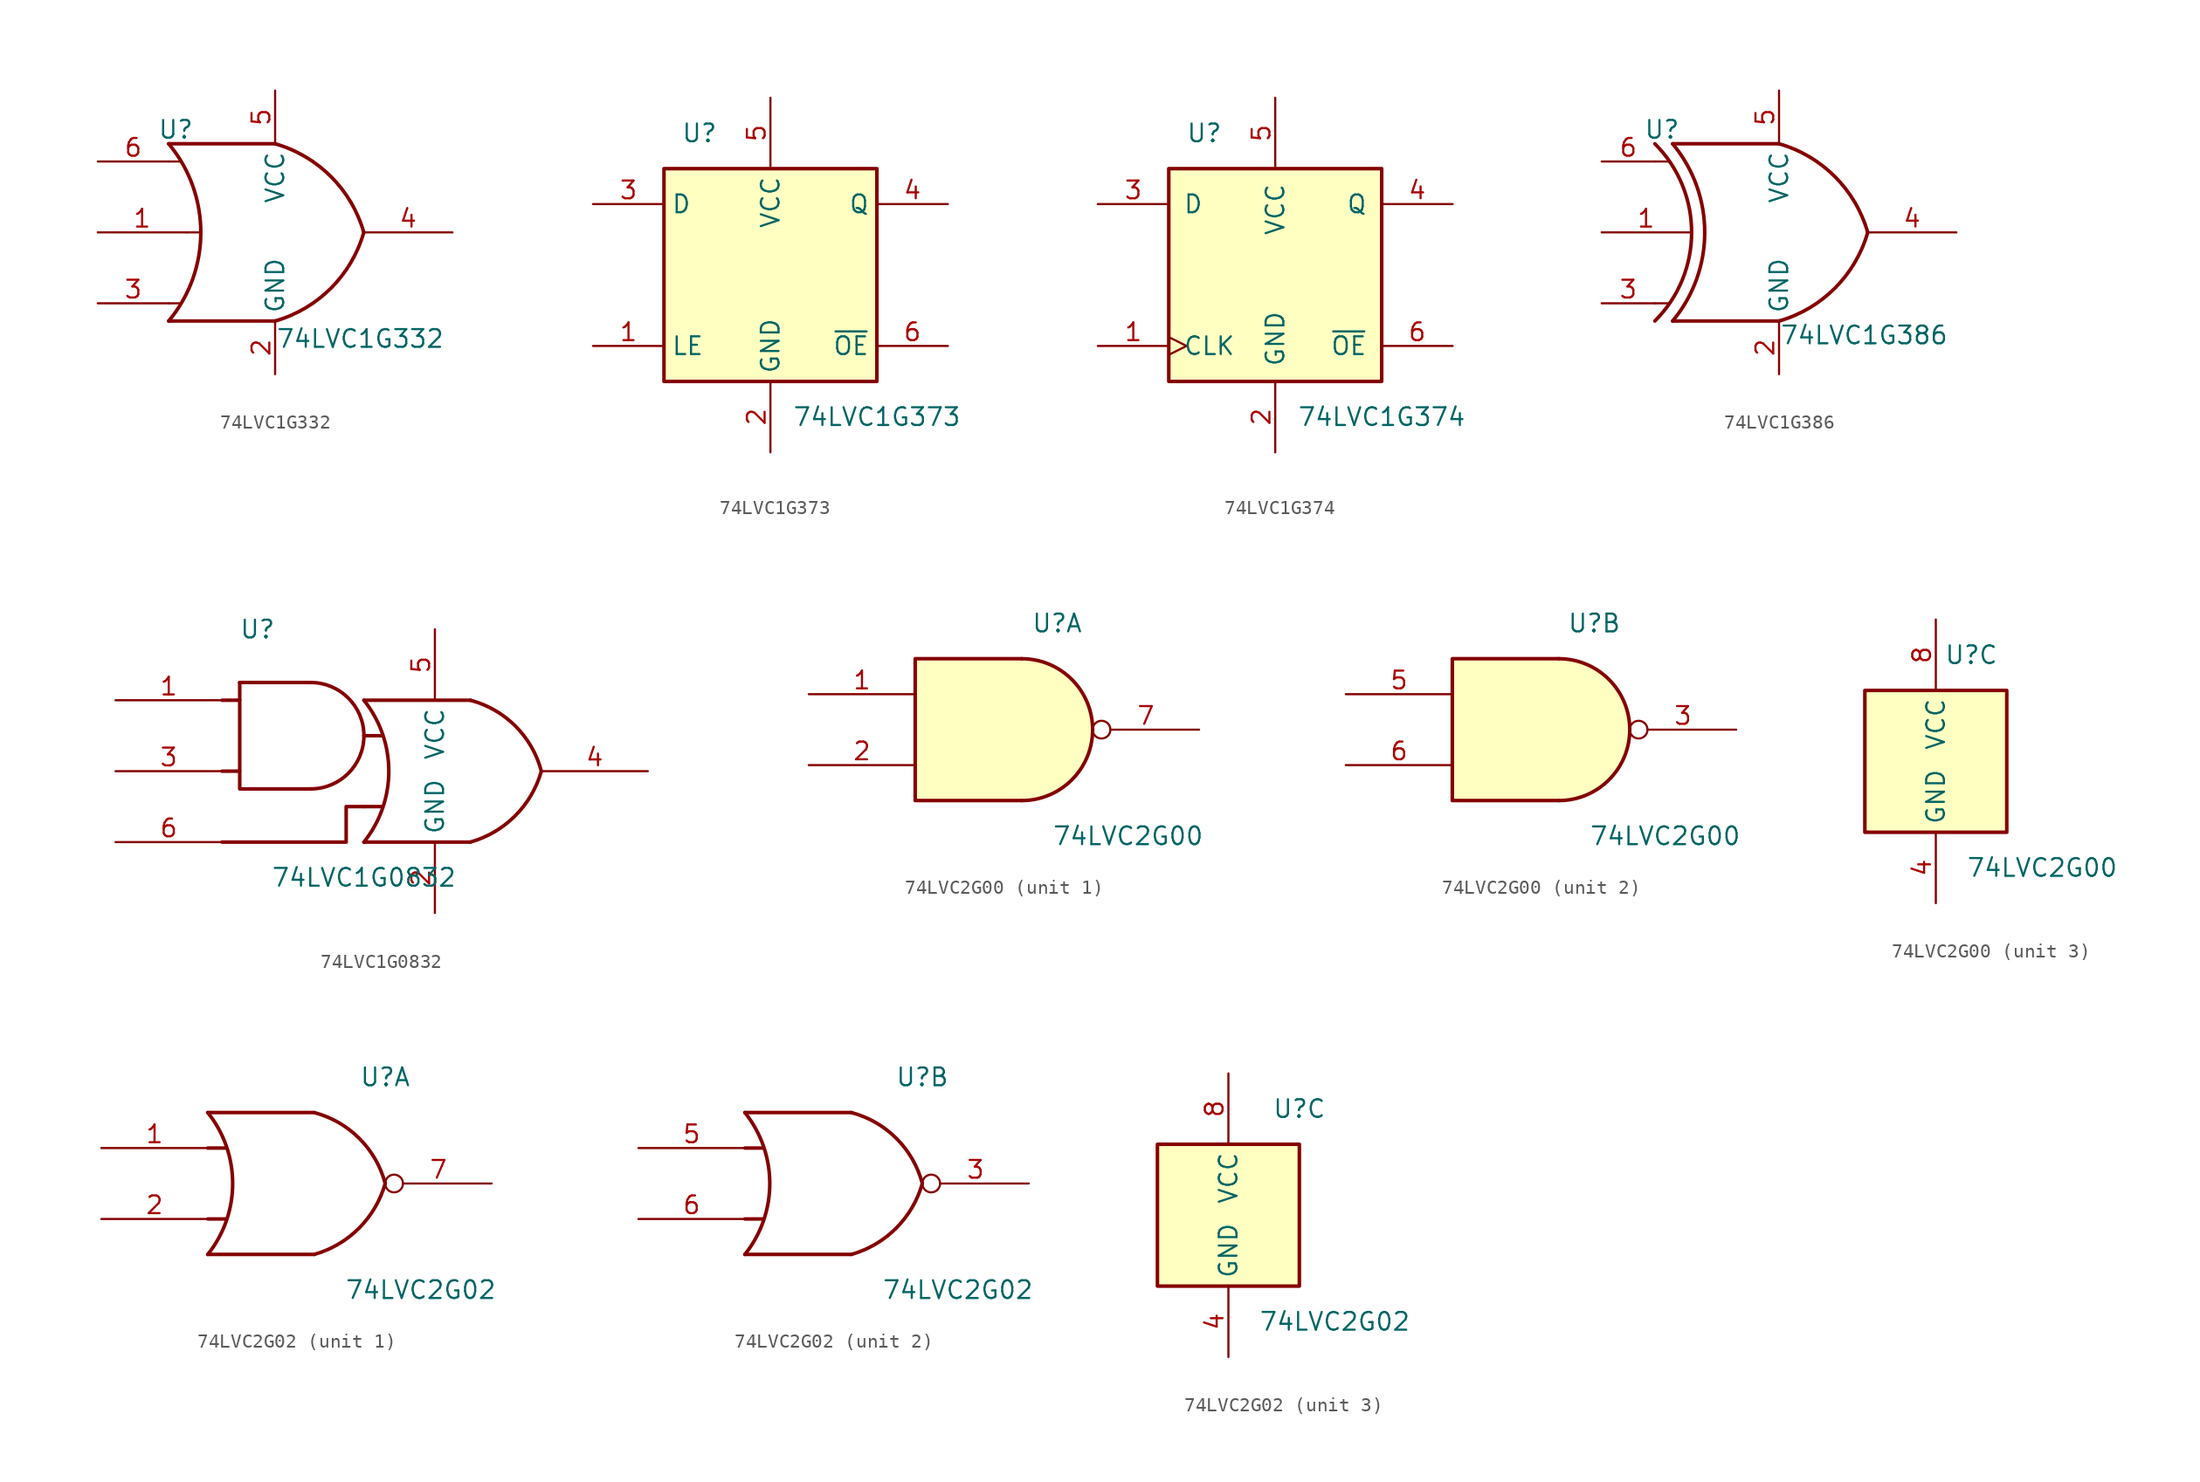
<source format=kicad_sym>
(kicad_symbol_lib
  (version 20231120)
  (generator "kicad_symbol_editor")
  (generator_version "8.0")
  (symbol "74LVC1G332"
    (property "Reference" "U"
      (at -7.112 7.366 0)
      (effects (font (size 1.27 1.27))))
    (property "Value" "74LVC1G332"
      (at 6.096 -7.62 0)
      (effects (font (size 1.27 1.27))))
    (symbol "74LVC1G332_0_1"
      (arc (start -7.62 -6.35) (mid -5.321 0) (end -7.62 6.35) (stroke (width 0.254) (type default)) (fill (type none)))
      (arc (start 0 -6.35) (mid 3.9978 -3.9978) (end 6.35 0) (stroke (width 0.254) (type default)) (fill (type none)))
      (polyline (pts (xy -7.62 -5.08) (xy -6.858 -5.08)) (stroke (width 0) (type default)) (fill (type none)))
      (polyline (pts (xy -7.62 5.08) (xy -6.858 5.08)) (stroke (width 0) (type default)) (fill (type none)))
      (polyline (pts (xy -6.35 0) (xy -5.334 0)) (stroke (width 0) (type default)) (fill (type none)))
      (polyline (pts (xy 0 -6.35) (xy -7.62 -6.35)) (stroke (width 0.254) (type default)) (fill (type background)))
      (polyline (pts (xy 0 6.35) (xy -7.62 6.35)) (stroke (width 0.254) (type default)) (fill (type background)))
      (arc (start 6.35 0) (mid 3.9978 3.9978) (end 0 6.35) (stroke (width 0.254) (type default)) (fill (type none))))
    (symbol "74LVC1G332_1_1"
      (pin input line (at -12.7 0 0) (length 6.35) (name "~" (effects (font (size 1.27 1.27)))) (number "1" (effects (font (size 1.27 1.27)))))
      (pin power_in line (at 0 -10.16 90) (length 3.81) (name "GND" (effects (font (size 1.27 1.27)))) (number "2" (effects (font (size 1.27 1.27)))))
      (pin input line (at -12.7 -5.08 0) (length 5.08) (name "~" (effects (font (size 1.27 1.27)))) (number "3" (effects (font (size 1.27 1.27)))))
      (pin output line (at 12.7 0 180) (length 6.35) (name "~" (effects (font (size 1.27 1.27)))) (number "4" (effects (font (size 1.27 1.27)))))
      (pin power_in line (at 0 10.16 270) (length 3.81) (name "VCC" (effects (font (size 1.27 1.27)))) (number "5" (effects (font (size 1.27 1.27)))))
      (pin input line (at -12.7 5.08 0) (length 5.08) (name "~" (effects (font (size 1.27 1.27)))) (number "6" (effects (font (size 1.27 1.27)))))))
  (symbol "74LVC1G373"
    (property "Reference" "U"
      (at -5.08 10.16 0)
      (effects (font (size 1.27 1.27))))
    (property "Value" "74LVC1G373"
      (at 7.62 -10.16 0)
      (effects (font (size 1.27 1.27))))
    (symbol "74LVC1G373_0_1"
      (rectangle (start -7.62 7.62) (end 7.62 -7.62) (stroke (width 0.254) (type default)) (fill (type background))))
    (symbol "74LVC1G373_1_1"
      (pin input line (at -12.7 -5.08 0) (length 5.08) (name "LE" (effects (font (size 1.27 1.27)))) (number "1" (effects (font (size 1.27 1.27)))))
      (pin power_in line (at 0 -12.7 90) (length 5.08) (name "GND" (effects (font (size 1.27 1.27)))) (number "2" (effects (font (size 1.27 1.27)))))
      (pin input line (at -12.7 5.08 0) (length 5.08) (name "D" (effects (font (size 1.27 1.27)))) (number "3" (effects (font (size 1.27 1.27)))))
      (pin tri_state line (at 12.7 5.08 180) (length 5.08) (name "Q" (effects (font (size 1.27 1.27)))) (number "4" (effects (font (size 1.27 1.27)))))
      (pin power_in line (at 0 12.7 270) (length 5.08) (name "VCC" (effects (font (size 1.27 1.27)))) (number "5" (effects (font (size 1.27 1.27)))))
      (pin input line (at 12.7 -5.08 180) (length 5.08) (name "~{OE}" (effects (font (size 1.27 1.27)))) (number "6" (effects (font (size 1.27 1.27)))))))
  (symbol "74LVC1G374"
    (pin_names
      (offset 1.016))
    (property "Reference" "U"
      (at -5.08 10.16 0)
      (effects (font (size 1.27 1.27))))
    (property "Value" "74LVC1G374"
      (at 7.62 -10.16 0)
      (effects (font (size 1.27 1.27))))
    (symbol "74LVC1G374_0_1"
      (rectangle (start -7.62 7.62) (end 7.62 -7.62) (stroke (width 0.254) (type default)) (fill (type background))))
    (symbol "74LVC1G374_1_1"
      (pin input clock (at -12.7 -5.08 0) (length 5.08) (name "CLK" (effects (font (size 1.27 1.27)))) (number "1" (effects (font (size 1.27 1.27)))))
      (pin power_in line (at 0 -12.7 90) (length 5.08) (name "GND" (effects (font (size 1.27 1.27)))) (number "2" (effects (font (size 1.27 1.27)))))
      (pin input line (at -12.7 5.08 0) (length 5.08) (name "D" (effects (font (size 1.27 1.27)))) (number "3" (effects (font (size 1.27 1.27)))))
      (pin tri_state line (at 12.7 5.08 180) (length 5.08) (name "Q" (effects (font (size 1.27 1.27)))) (number "4" (effects (font (size 1.27 1.27)))))
      (pin power_in line (at 0 12.7 270) (length 5.08) (name "VCC" (effects (font (size 1.27 1.27)))) (number "5" (effects (font (size 1.27 1.27)))))
      (pin input line (at 12.7 -5.08 180) (length 5.08) (name "~{OE}" (effects (font (size 1.27 1.27)))) (number "6" (effects (font (size 1.27 1.27)))))))
  (symbol "74LVC1G386"
    (property "Reference" "U"
      (at -8.382 7.366 0)
      (effects (font (size 1.27 1.27))))
    (property "Value" "74LVC1G386"
      (at 6.096 -7.366 0)
      (effects (font (size 1.27 1.27))))
    (symbol "74LVC1G386_0_1"
      (arc (start -8.89 -6.35) (mid -6.2598 0) (end -8.89 6.35) (stroke (width 0.254) (type default)) (fill (type none)))
      (arc (start -7.62 -6.35) (mid -5.321 0) (end -7.62 6.35) (stroke (width 0.254) (type default)) (fill (type none)))
      (arc (start 0 -6.35) (mid 3.9978 -3.9978) (end 6.35 0) (stroke (width 0.254) (type default)) (fill (type none)))
      (polyline (pts (xy -8.89 -5.08) (xy -7.874 -5.08)) (stroke (width 0) (type default)) (fill (type none)))
      (polyline (pts (xy -8.89 5.08) (xy -7.874 5.08)) (stroke (width 0) (type default)) (fill (type none)))
      (polyline (pts (xy 0 -6.35) (xy -7.62 -6.35)) (stroke (width 0.254) (type default)) (fill (type background)))
      (polyline (pts (xy 0 6.35) (xy -7.62 6.35)) (stroke (width 0.254) (type default)) (fill (type background)))
      (arc (start 6.35 0) (mid 3.9978 3.9978) (end 0 6.35) (stroke (width 0.254) (type default)) (fill (type none))))
    (symbol "74LVC1G386_1_1"
      (pin input line (at -12.7 0 0) (length 6.35) (name "~" (effects (font (size 1.27 1.27)))) (number "1" (effects (font (size 1.27 1.27)))))
      (pin power_in line (at 0 -10.16 90) (length 3.81) (name "GND" (effects (font (size 1.27 1.27)))) (number "2" (effects (font (size 1.27 1.27)))))
      (pin input line (at -12.7 -5.08 0) (length 3.81) (name "~" (effects (font (size 1.27 1.27)))) (number "3" (effects (font (size 1.27 1.27)))))
      (pin output line (at 12.7 0 180) (length 6.35) (name "~" (effects (font (size 1.27 1.27)))) (number "4" (effects (font (size 1.27 1.27)))))
      (pin power_in line (at 0 10.16 270) (length 3.81) (name "VCC" (effects (font (size 1.27 1.27)))) (number "5" (effects (font (size 1.27 1.27)))))
      (pin input line (at -12.7 5.08 0) (length 3.81) (name "~" (effects (font (size 1.27 1.27)))) (number "6" (effects (font (size 1.27 1.27)))))))
  (symbol "74LVC1G0832"
    (property "Reference" "U"
      (at -7.62 10.16 0)
      (effects (font (size 1.27 1.27))))
    (property "Value" "74LVC1G0832"
      (at 0 -7.62 0)
      (effects (font (size 1.27 1.27))))
    (symbol "74LVC1G0832_0_1"
      (arc (start -3.81 -1.27) (mid -0.0166 2.54) (end -3.81 6.35) (stroke (width 0.254) (type default)) (fill (type none)))
      (arc (start 0 -5.08) (mid 1.782 0) (end 0 5.08) (stroke (width 0.254) (type default)) (fill (type none)))
      (polyline (pts (xy -10.16 0) (xy -8.89 0)) (stroke (width 0.254) (type default)) (fill (type background)))
      (polyline (pts (xy -10.16 5.08) (xy -8.89 5.08)) (stroke (width 0.254) (type default)) (fill (type background)))
      (polyline (pts (xy -8.89 6.35) (xy -3.81 6.35)) (stroke (width 0.254) (type default)) (fill (type background)))
      (polyline (pts (xy 0 -2.54) (xy 1.27 -2.54)) (stroke (width 0.254) (type default)) (fill (type background)))
      (polyline (pts (xy 0 2.54) (xy 1.27 2.54)) (stroke (width 0.254) (type default)) (fill (type background)))
      (polyline (pts (xy 7.62 -5.08) (xy 0 -5.08)) (stroke (width 0.254) (type default)) (fill (type background)))
      (polyline (pts (xy 7.62 5.08) (xy 0 5.08)) (stroke (width 0.254) (type default)) (fill (type background)))
      (polyline (pts (xy -8.89 6.35) (xy -8.89 -1.27) (xy -3.81 -1.27)) (stroke (width 0.254) (type default)) (fill (type none)))
      (polyline (pts (xy 0 -2.54) (xy -1.27 -2.54) (xy -1.27 -3.81) (xy -1.27 -5.08) (xy -10.16 -5.08)) (stroke (width 0.254) (type default)) (fill (type none)))
      (arc (start 7.62 -5.08) (mid 10.8186 -3.2054) (end 12.7 0) (stroke (width 0.254) (type default)) (fill (type none)))
      (arc (start 12.7 0) (mid 10.8438 3.2304) (end 7.62 5.08) (stroke (width 0.254) (type default)) (fill (type none))))
    (symbol "74LVC1G0832_1_1"
      (pin input line (at -17.78 5.08 0) (length 7.62) (name "~" (effects (font (size 1.27 1.27)))) (number "1" (effects (font (size 1.27 1.27)))))
      (pin power_in line (at 5.08 -10.16 90) (length 5.08) (name "GND" (effects (font (size 1.27 1.27)))) (number "2" (effects (font (size 1.27 1.27)))))
      (pin input line (at -17.78 0 0) (length 7.62) (name "~" (effects (font (size 1.27 1.27)))) (number "3" (effects (font (size 1.27 1.27)))))
      (pin output line (at 20.32 0 180) (length 7.62) (name "~" (effects (font (size 1.27 1.27)))) (number "4" (effects (font (size 1.27 1.27)))))
      (pin power_in line (at 5.08 10.16 270) (length 5.08) (name "VCC" (effects (font (size 1.27 1.27)))) (number "5" (effects (font (size 1.27 1.27)))))
      (pin input line (at -17.78 -5.08 0) (length 7.62) (name "~" (effects (font (size 1.27 1.27)))) (number "6" (effects (font (size 1.27 1.27)))))))
  (symbol "74LVC2G00"
    (property "Reference" "U"
      (at 2.54 7.62 0)
      (effects (font (size 1.27 1.27))))
    (property "Value" "74LVC2G00"
      (at 7.62 -7.62 0)
      (effects (font (size 1.27 1.27))))
    (symbol "74LVC2G00_1_1"
      (arc (start 0 -5.08) (mid 5.0579 0) (end 0 5.08) (stroke (width 0.254) (type default)) (fill (type background)))
      (polyline (pts (xy 0 -5.08) (xy -7.62 -5.08) (xy -7.62 5.08) (xy 0 5.08)) (stroke (width 0.254) (type default)) (fill (type background)))
      (pin input line (at -15.24 2.54 0) (length 7.62) (name "~" (effects (font (size 1.27 1.27)))) (number "1" (effects (font (size 1.27 1.27)))))
      (pin input line (at -15.24 -2.54 0) (length 7.62) (name "~" (effects (font (size 1.27 1.27)))) (number "2" (effects (font (size 1.27 1.27)))))
      (pin output inverted (at 12.7 0 180) (length 7.62) (name "~" (effects (font (size 1.27 1.27)))) (number "7" (effects (font (size 1.27 1.27))))))
    (symbol "74LVC2G00_2_1"
      (arc (start 0 -5.08) (mid 5.0579 0) (end 0 5.08) (stroke (width 0.254) (type default)) (fill (type background)))
      (polyline (pts (xy 0 -5.08) (xy -7.62 -5.08) (xy -7.62 5.08) (xy 0 5.08)) (stroke (width 0.254) (type default)) (fill (type background)))
      (pin output inverted (at 12.7 0 180) (length 7.62) (name "~" (effects (font (size 1.27 1.27)))) (number "3" (effects (font (size 1.27 1.27)))))
      (pin input line (at -15.24 2.54 0) (length 7.62) (name "~" (effects (font (size 1.27 1.27)))) (number "5" (effects (font (size 1.27 1.27)))))
      (pin input line (at -15.24 -2.54 0) (length 7.62) (name "~" (effects (font (size 1.27 1.27)))) (number "6" (effects (font (size 1.27 1.27))))))
    (symbol "74LVC2G00_3_0"
      (rectangle (start -5.08 -5.08) (end 5.08 5.08) (stroke (width 0.254) (type default)) (fill (type background))))
    (symbol "74LVC2G00_3_1"
      (pin power_in line (at 0 -10.16 90) (length 5.08) (name "GND" (effects (font (size 1.27 1.27)))) (number "4" (effects (font (size 1.27 1.27)))))
      (pin power_in line (at 0 10.16 270) (length 5.08) (name "VCC" (effects (font (size 1.27 1.27)))) (number "8" (effects (font (size 1.27 1.27)))))))
  (symbol "74LVC2G02"
    (property "Reference" "U"
      (at 5.08 7.62 0)
      (effects (font (size 1.27 1.27))))
    (property "Value" "74LVC2G02"
      (at 7.62 -7.62 0)
      (effects (font (size 1.27 1.27))))
    (symbol "74LVC2G02_1_1"
      (arc (start -7.62 -5.08) (mid -5.838 0) (end -7.62 5.08) (stroke (width 0.254) (type default)) (fill (type none)))
      (arc (start 0 -5.08) (mid 3.1986 -3.2054) (end 5.08 0) (stroke (width 0.254) (type default)) (fill (type none)))
      (polyline (pts (xy -7.62 -2.54) (xy -6.35 -2.54)) (stroke (width 0.254) (type default)) (fill (type background)))
      (polyline (pts (xy -7.62 2.54) (xy -6.35 2.54)) (stroke (width 0.254) (type default)) (fill (type background)))
      (polyline (pts (xy 0 -5.08) (xy -7.62 -5.08)) (stroke (width 0.254) (type default)) (fill (type background)))
      (polyline (pts (xy 0 5.08) (xy -7.62 5.08)) (stroke (width 0.254) (type default)) (fill (type background)))
      (arc (start 5.08 0) (mid 3.2238 3.2304) (end 0 5.08) (stroke (width 0.254) (type default)) (fill (type none)))
      (pin input line (at -15.24 2.54 0) (length 7.62) (name "~" (effects (font (size 1.27 1.27)))) (number "1" (effects (font (size 1.27 1.27)))))
      (pin input line (at -15.24 -2.54 0) (length 7.62) (name "~" (effects (font (size 1.27 1.27)))) (number "2" (effects (font (size 1.27 1.27)))))
      (pin output inverted (at 12.7 0 180) (length 7.62) (name "~" (effects (font (size 1.27 1.27)))) (number "7" (effects (font (size 1.27 1.27))))))
    (symbol "74LVC2G02_2_1"
      (arc (start -7.62 -5.08) (mid -5.838 0) (end -7.62 5.08) (stroke (width 0.254) (type default)) (fill (type none)))
      (arc (start 0 -5.08) (mid 3.1986 -3.2054) (end 5.08 0) (stroke (width 0.254) (type default)) (fill (type none)))
      (polyline (pts (xy -7.62 -2.54) (xy -6.35 -2.54)) (stroke (width 0.254) (type default)) (fill (type background)))
      (polyline (pts (xy -7.62 2.54) (xy -6.35 2.54)) (stroke (width 0.254) (type default)) (fill (type background)))
      (polyline (pts (xy 0 -5.08) (xy -7.62 -5.08)) (stroke (width 0.254) (type default)) (fill (type background)))
      (polyline (pts (xy 0 5.08) (xy -7.62 5.08)) (stroke (width 0.254) (type default)) (fill (type background)))
      (arc (start 5.08 0) (mid 3.2238 3.2304) (end 0 5.08) (stroke (width 0.254) (type default)) (fill (type none)))
      (pin output inverted (at 12.7 0 180) (length 7.62) (name "~" (effects (font (size 1.27 1.27)))) (number "3" (effects (font (size 1.27 1.27)))))
      (pin input line (at -15.24 2.54 0) (length 7.62) (name "~" (effects (font (size 1.27 1.27)))) (number "5" (effects (font (size 1.27 1.27)))))
      (pin input line (at -15.24 -2.54 0) (length 7.62) (name "~" (effects (font (size 1.27 1.27)))) (number "6" (effects (font (size 1.27 1.27))))))
    (symbol "74LVC2G02_3_0"
      (rectangle (start -5.08 -5.08) (end 5.08 5.08) (stroke (width 0.254) (type default)) (fill (type background))))
    (symbol "74LVC2G02_3_1"
      (pin power_in line (at 0 -10.16 90) (length 5.08) (name "GND" (effects (font (size 1.27 1.27)))) (number "4" (effects (font (size 1.27 1.27)))))
      (pin power_in line (at 0 10.16 270) (length 5.08) (name "VCC" (effects (font (size 1.27 1.27)))) (number "8" (effects (font (size 1.27 1.27))))))))
</source>
